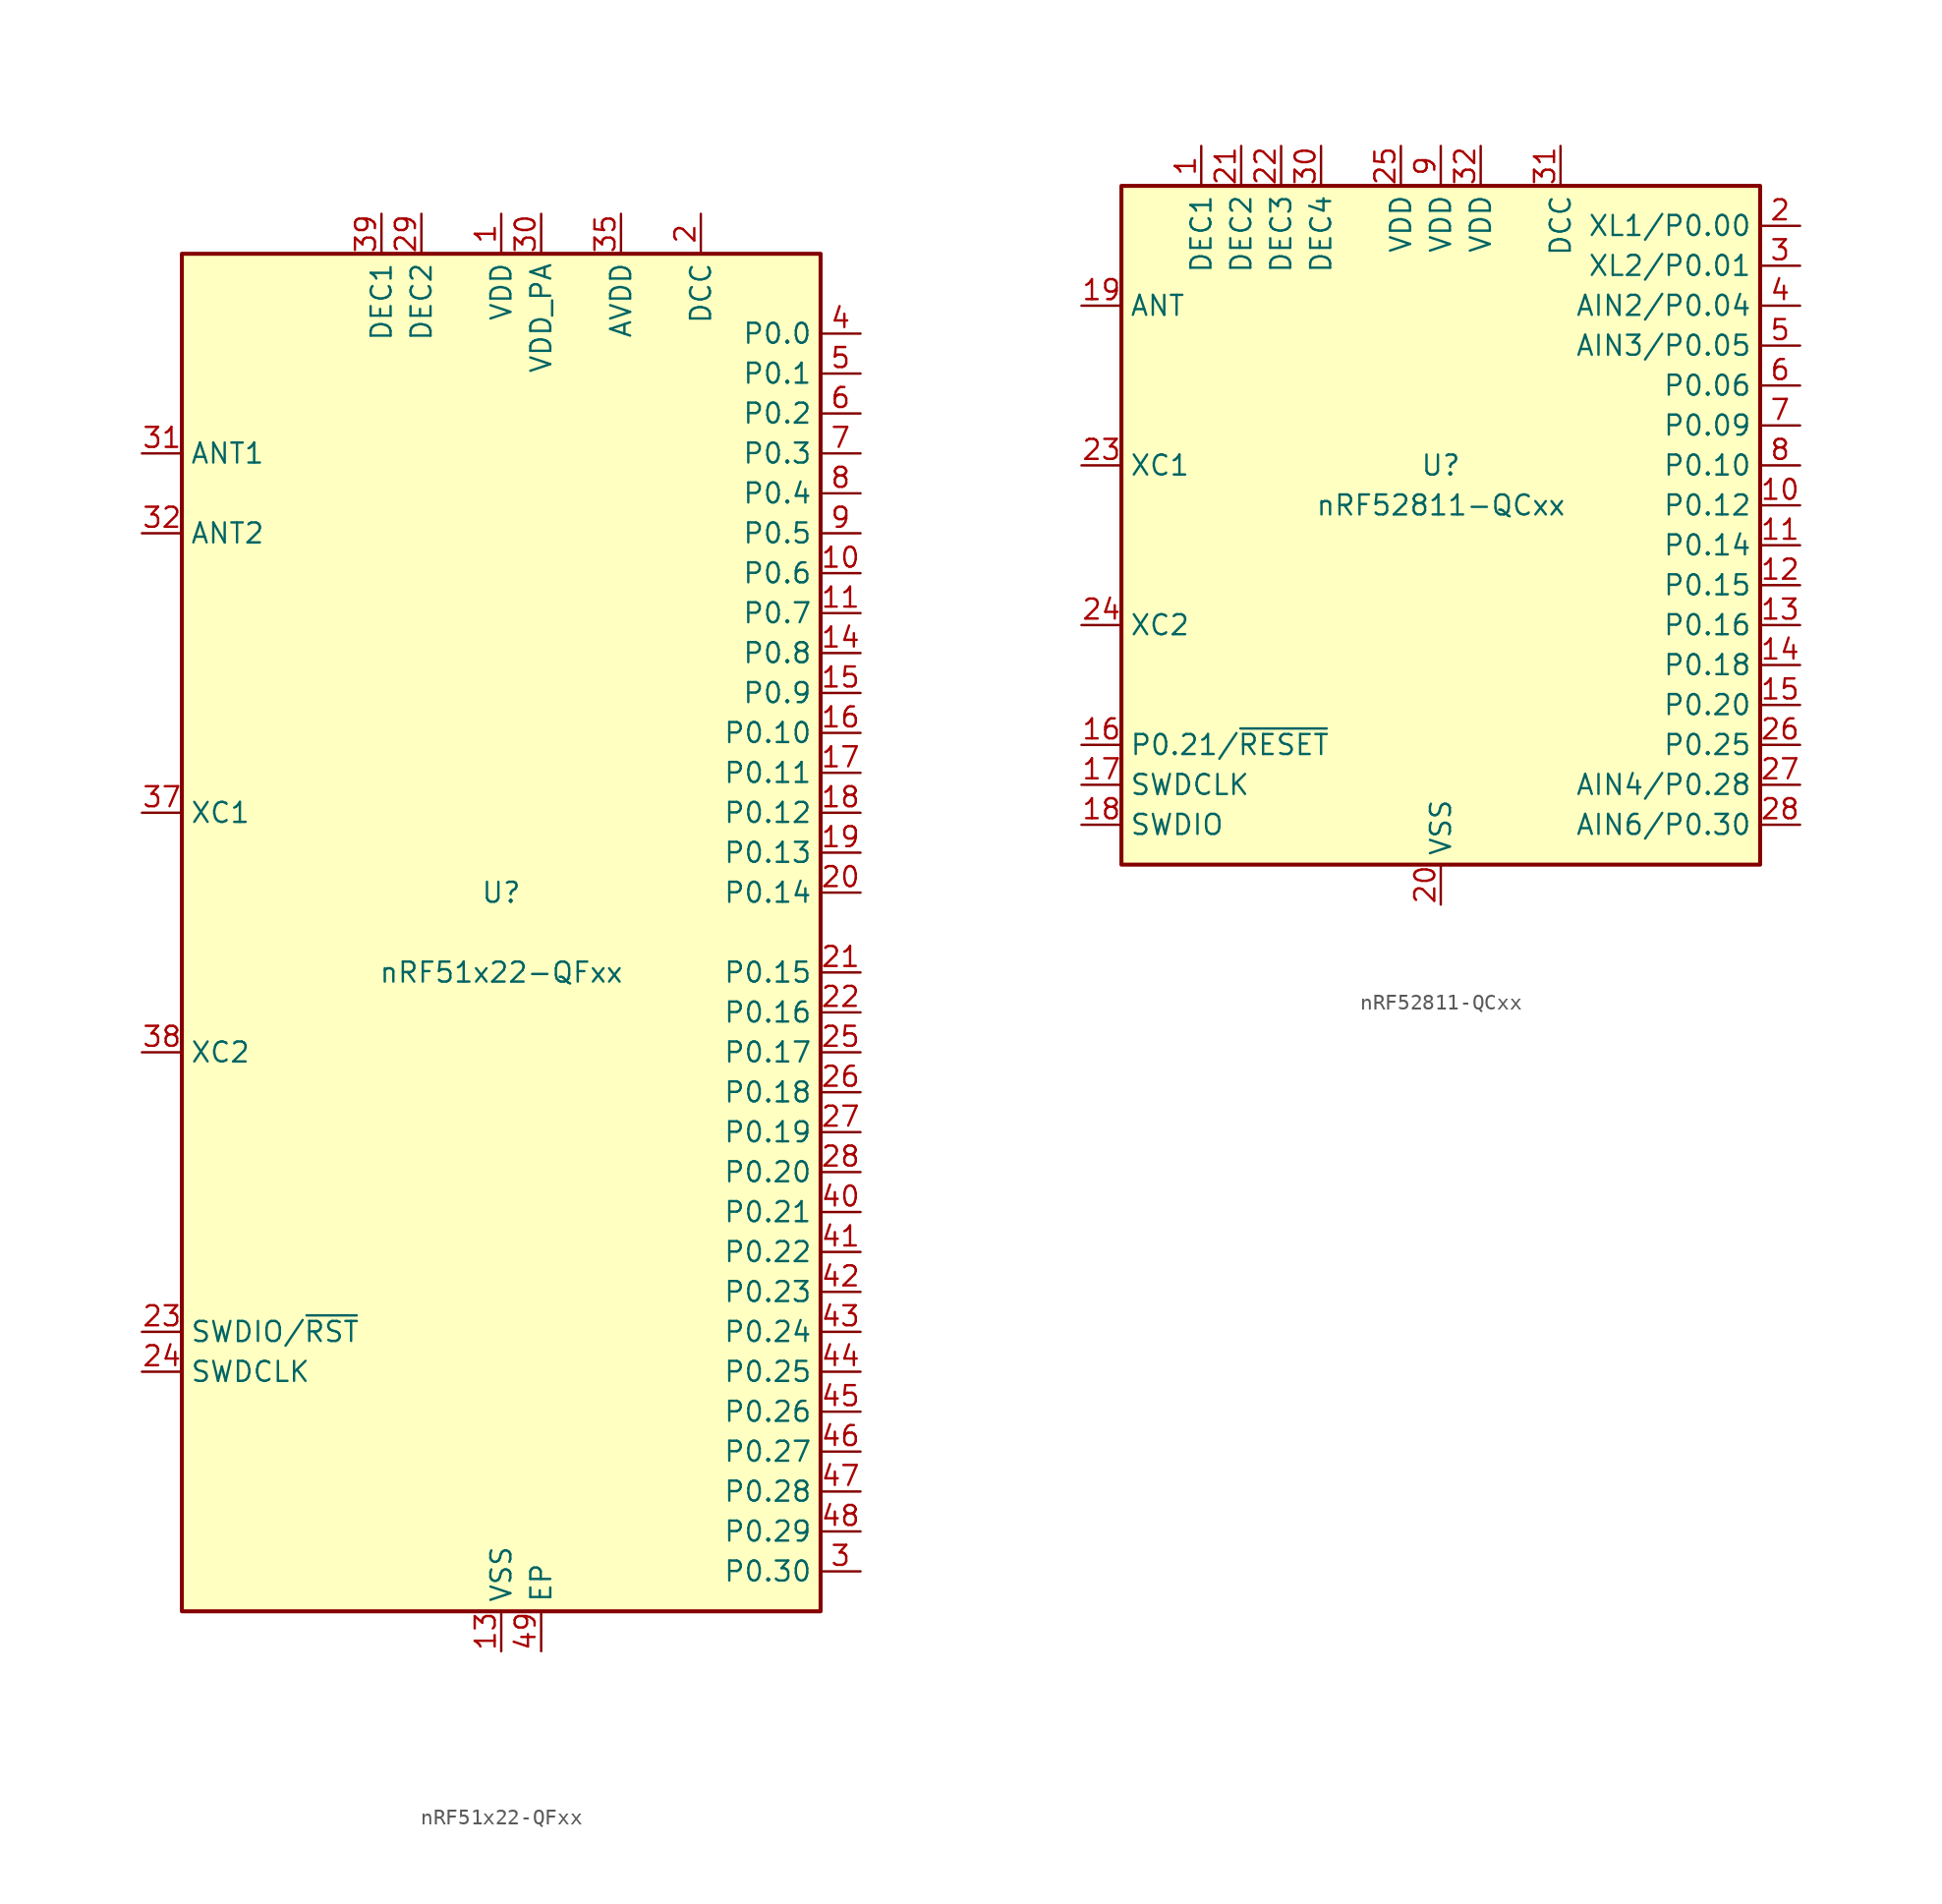
<source format=kicad_sym>
(kicad_symbol_lib
  (version 20211014)
  (generator kicad_symbol_editor)
  (symbol "nRF51x22-QFxx"
    (property "Reference" "U"
      (at 0 2.54 0)
      (effects (font (size 1.27 1.27))))
    (property "Value" "nRF51x22-QFxx"
      (at 0 -2.54 0)
      (effects (font (size 1.27 1.27))))
    (symbol "nRF51x22-QFxx_0_1"
      (rectangle (start -20.32 43.18) (end 20.32 -43.18) (stroke (width 0.254) (type default) (color 0 0 0 0)) (fill (type background))))
    (symbol "nRF51x22-QFxx_1_1"
      (pin power_in line (at 0 45.72 270) (length 2.54) (name "VDD" (effects (font (size 1.27 1.27)))) (number "1" (effects (font (size 1.27 1.27)))))
      (pin bidirectional line (at 22.86 22.86 180) (length 2.54) (name "P0.6" (effects (font (size 1.27 1.27)))) (number "10" (effects (font (size 1.27 1.27)))))
      (pin bidirectional line (at 22.86 20.32 180) (length 2.54) (name "P0.7" (effects (font (size 1.27 1.27)))) (number "11" (effects (font (size 1.27 1.27)))))
      (pin passive line (at 0 45.72 270) (length 2.54) hide (name "VDD" (effects (font (size 1.27 1.27)))) (number "12" (effects (font (size 1.27 1.27)))))
      (pin power_in line (at 0 -45.72 90) (length 2.54) (name "VSS" (effects (font (size 1.27 1.27)))) (number "13" (effects (font (size 1.27 1.27)))))
      (pin bidirectional line (at 22.86 17.78 180) (length 2.54) (name "P0.8" (effects (font (size 1.27 1.27)))) (number "14" (effects (font (size 1.27 1.27)))))
      (pin bidirectional line (at 22.86 15.24 180) (length 2.54) (name "P0.9" (effects (font (size 1.27 1.27)))) (number "15" (effects (font (size 1.27 1.27)))))
      (pin bidirectional line (at 22.86 12.7 180) (length 2.54) (name "P0.10" (effects (font (size 1.27 1.27)))) (number "16" (effects (font (size 1.27 1.27)))))
      (pin bidirectional line (at 22.86 10.16 180) (length 2.54) (name "P0.11" (effects (font (size 1.27 1.27)))) (number "17" (effects (font (size 1.27 1.27)))))
      (pin bidirectional line (at 22.86 7.62 180) (length 2.54) (name "P0.12" (effects (font (size 1.27 1.27)))) (number "18" (effects (font (size 1.27 1.27)))))
      (pin bidirectional line (at 22.86 5.08 180) (length 2.54) (name "P0.13" (effects (font (size 1.27 1.27)))) (number "19" (effects (font (size 1.27 1.27)))))
      (pin power_out line (at 12.7 45.72 270) (length 2.54) (name "DCC" (effects (font (size 1.27 1.27)))) (number "2" (effects (font (size 1.27 1.27)))))
      (pin bidirectional line (at 22.86 2.54 180) (length 2.54) (name "P0.14" (effects (font (size 1.27 1.27)))) (number "20" (effects (font (size 1.27 1.27)))))
      (pin bidirectional line (at 22.86 -2.54 180) (length 2.54) (name "P0.15" (effects (font (size 1.27 1.27)))) (number "21" (effects (font (size 1.27 1.27)))))
      (pin bidirectional line (at 22.86 -5.08 180) (length 2.54) (name "P0.16" (effects (font (size 1.27 1.27)))) (number "22" (effects (font (size 1.27 1.27)))))
      (pin bidirectional line (at -22.86 -25.4 0) (length 2.54) (name "SWDIO/~{RST}" (effects (font (size 1.27 1.27)))) (number "23" (effects (font (size 1.27 1.27)))))
      (pin input line (at -22.86 -27.94 0) (length 2.54) (name "SWDCLK" (effects (font (size 1.27 1.27)))) (number "24" (effects (font (size 1.27 1.27)))))
      (pin bidirectional line (at 22.86 -7.62 180) (length 2.54) (name "P0.17" (effects (font (size 1.27 1.27)))) (number "25" (effects (font (size 1.27 1.27)))))
      (pin bidirectional line (at 22.86 -10.16 180) (length 2.54) (name "P0.18" (effects (font (size 1.27 1.27)))) (number "26" (effects (font (size 1.27 1.27)))))
      (pin bidirectional line (at 22.86 -12.7 180) (length 2.54) (name "P0.19" (effects (font (size 1.27 1.27)))) (number "27" (effects (font (size 1.27 1.27)))))
      (pin bidirectional line (at 22.86 -15.24 180) (length 2.54) (name "P0.20" (effects (font (size 1.27 1.27)))) (number "28" (effects (font (size 1.27 1.27)))))
      (pin passive line (at -5.08 45.72 270) (length 2.54) (name "DEC2" (effects (font (size 1.27 1.27)))) (number "29" (effects (font (size 1.27 1.27)))))
      (pin bidirectional line (at 22.86 -40.64 180) (length 2.54) (name "P0.30" (effects (font (size 1.27 1.27)))) (number "3" (effects (font (size 1.27 1.27)))))
      (pin power_out line (at 2.54 45.72 270) (length 2.54) (name "VDD_PA" (effects (font (size 1.27 1.27)))) (number "30" (effects (font (size 1.27 1.27)))))
      (pin output line (at -22.86 30.48 0) (length 2.54) (name "ANT1" (effects (font (size 1.27 1.27)))) (number "31" (effects (font (size 1.27 1.27)))))
      (pin output line (at -22.86 25.4 0) (length 2.54) (name "ANT2" (effects (font (size 1.27 1.27)))) (number "32" (effects (font (size 1.27 1.27)))))
      (pin passive line (at 0 -45.72 90) (length 2.54) hide (name "VSS" (effects (font (size 1.27 1.27)))) (number "33" (effects (font (size 1.27 1.27)))))
      (pin passive line (at 0 -45.72 90) (length 2.54) hide (name "VSS" (effects (font (size 1.27 1.27)))) (number "34" (effects (font (size 1.27 1.27)))))
      (pin power_in line (at 7.62 45.72 270) (length 2.54) (name "AVDD" (effects (font (size 1.27 1.27)))) (number "35" (effects (font (size 1.27 1.27)))))
      (pin passive line (at 7.62 45.72 270) (length 2.54) hide (name "AVDD" (effects (font (size 1.27 1.27)))) (number "36" (effects (font (size 1.27 1.27)))))
      (pin input line (at -22.86 7.62 0) (length 2.54) (name "XC1" (effects (font (size 1.27 1.27)))) (number "37" (effects (font (size 1.27 1.27)))))
      (pin input line (at -22.86 -7.62 0) (length 2.54) (name "XC2" (effects (font (size 1.27 1.27)))) (number "38" (effects (font (size 1.27 1.27)))))
      (pin passive line (at -7.62 45.72 270) (length 2.54) (name "DEC1" (effects (font (size 1.27 1.27)))) (number "39" (effects (font (size 1.27 1.27)))))
      (pin bidirectional line (at 22.86 38.1 180) (length 2.54) (name "P0.0" (effects (font (size 1.27 1.27)))) (number "4" (effects (font (size 1.27 1.27)))))
      (pin bidirectional line (at 22.86 -17.78 180) (length 2.54) (name "P0.21" (effects (font (size 1.27 1.27)))) (number "40" (effects (font (size 1.27 1.27)))))
      (pin bidirectional line (at 22.86 -20.32 180) (length 2.54) (name "P0.22" (effects (font (size 1.27 1.27)))) (number "41" (effects (font (size 1.27 1.27)))))
      (pin bidirectional line (at 22.86 -22.86 180) (length 2.54) (name "P0.23" (effects (font (size 1.27 1.27)))) (number "42" (effects (font (size 1.27 1.27)))))
      (pin bidirectional line (at 22.86 -25.4 180) (length 2.54) (name "P0.24" (effects (font (size 1.27 1.27)))) (number "43" (effects (font (size 1.27 1.27)))))
      (pin bidirectional line (at 22.86 -27.94 180) (length 2.54) (name "P0.25" (effects (font (size 1.27 1.27)))) (number "44" (effects (font (size 1.27 1.27)))))
      (pin bidirectional line (at 22.86 -30.48 180) (length 2.54) (name "P0.26" (effects (font (size 1.27 1.27)))) (number "45" (effects (font (size 1.27 1.27)))))
      (pin bidirectional line (at 22.86 -33.02 180) (length 2.54) (name "P0.27" (effects (font (size 1.27 1.27)))) (number "46" (effects (font (size 1.27 1.27)))))
      (pin bidirectional line (at 22.86 -35.56 180) (length 2.54) (name "P0.28" (effects (font (size 1.27 1.27)))) (number "47" (effects (font (size 1.27 1.27)))))
      (pin bidirectional line (at 22.86 -38.1 180) (length 2.54) (name "P0.29" (effects (font (size 1.27 1.27)))) (number "48" (effects (font (size 1.27 1.27)))))
      (pin power_in line (at 2.54 -45.72 90) (length 2.54) (name "EP" (effects (font (size 1.27 1.27)))) (number "49" (effects (font (size 1.27 1.27)))))
      (pin bidirectional line (at 22.86 35.56 180) (length 2.54) (name "P0.1" (effects (font (size 1.27 1.27)))) (number "5" (effects (font (size 1.27 1.27)))))
      (pin bidirectional line (at 22.86 33.02 180) (length 2.54) (name "P0.2" (effects (font (size 1.27 1.27)))) (number "6" (effects (font (size 1.27 1.27)))))
      (pin bidirectional line (at 22.86 30.48 180) (length 2.54) (name "P0.3" (effects (font (size 1.27 1.27)))) (number "7" (effects (font (size 1.27 1.27)))))
      (pin bidirectional line (at 22.86 27.94 180) (length 2.54) (name "P0.4" (effects (font (size 1.27 1.27)))) (number "8" (effects (font (size 1.27 1.27)))))
      (pin bidirectional line (at 22.86 25.4 180) (length 2.54) (name "P0.5" (effects (font (size 1.27 1.27)))) (number "9" (effects (font (size 1.27 1.27)))))))
  (symbol "nRF52811-QCxx"
    (property "Reference" "U"
      (at 0 5.08 0)
      (effects (font (size 1.27 1.27))))
    (property "Value" "nRF52811-QCxx"
      (at 0 2.54 0)
      (effects (font (size 1.27 1.27))))
    (symbol "nRF52811-QCxx_0_1"
      (rectangle (start -20.32 22.86) (end 20.32 -20.32) (stroke (width 0.254) (type default) (color 0 0 0 0)) (fill (type background))))
    (symbol "nRF52811-QCxx_1_1"
      (pin passive line (at -15.24 25.4 270) (length 2.54) (name "DEC1" (effects (font (size 1.27 1.27)))) (number "1" (effects (font (size 1.27 1.27)))))
      (pin bidirectional line (at 22.86 2.54 180) (length 2.54) (name "P0.12" (effects (font (size 1.27 1.27)))) (number "10" (effects (font (size 1.27 1.27)))))
      (pin bidirectional line (at 22.86 0 180) (length 2.54) (name "P0.14" (effects (font (size 1.27 1.27)))) (number "11" (effects (font (size 1.27 1.27)))))
      (pin bidirectional line (at 22.86 -2.54 180) (length 2.54) (name "P0.15" (effects (font (size 1.27 1.27)))) (number "12" (effects (font (size 1.27 1.27)))))
      (pin bidirectional line (at 22.86 -5.08 180) (length 2.54) (name "P0.16" (effects (font (size 1.27 1.27)))) (number "13" (effects (font (size 1.27 1.27)))))
      (pin bidirectional line (at 22.86 -7.62 180) (length 2.54) (name "P0.18" (effects (font (size 1.27 1.27)))) (number "14" (effects (font (size 1.27 1.27)))))
      (pin bidirectional line (at 22.86 -10.16 180) (length 2.54) (name "P0.20" (effects (font (size 1.27 1.27)))) (number "15" (effects (font (size 1.27 1.27)))))
      (pin bidirectional line (at -22.86 -12.7 0) (length 2.54) (name "P0.21/~{RESET}" (effects (font (size 1.27 1.27)))) (number "16" (effects (font (size 1.27 1.27)))))
      (pin input line (at -22.86 -15.24 0) (length 2.54) (name "SWDCLK" (effects (font (size 1.27 1.27)))) (number "17" (effects (font (size 1.27 1.27)))))
      (pin bidirectional line (at -22.86 -17.78 0) (length 2.54) (name "SWDIO" (effects (font (size 1.27 1.27)))) (number "18" (effects (font (size 1.27 1.27)))))
      (pin passive line (at -22.86 15.24 0) (length 2.54) (name "ANT" (effects (font (size 1.27 1.27)))) (number "19" (effects (font (size 1.27 1.27)))))
      (pin bidirectional line (at 22.86 20.32 180) (length 2.54) (name "XL1/P0.00" (effects (font (size 1.27 1.27)))) (number "2" (effects (font (size 1.27 1.27)))))
      (pin power_in line (at 0 -22.86 90) (length 2.54) (name "VSS" (effects (font (size 1.27 1.27)))) (number "20" (effects (font (size 1.27 1.27)))))
      (pin passive line (at -12.7 25.4 270) (length 2.54) (name "DEC2" (effects (font (size 1.27 1.27)))) (number "21" (effects (font (size 1.27 1.27)))))
      (pin passive line (at -10.16 25.4 270) (length 2.54) (name "DEC3" (effects (font (size 1.27 1.27)))) (number "22" (effects (font (size 1.27 1.27)))))
      (pin input line (at -22.86 5.08 0) (length 2.54) (name "XC1" (effects (font (size 1.27 1.27)))) (number "23" (effects (font (size 1.27 1.27)))))
      (pin input line (at -22.86 -5.08 0) (length 2.54) (name "XC2" (effects (font (size 1.27 1.27)))) (number "24" (effects (font (size 1.27 1.27)))))
      (pin power_in line (at -2.54 25.4 270) (length 2.54) (name "VDD" (effects (font (size 1.27 1.27)))) (number "25" (effects (font (size 1.27 1.27)))))
      (pin bidirectional line (at 22.86 -12.7 180) (length 2.54) (name "P0.25" (effects (font (size 1.27 1.27)))) (number "26" (effects (font (size 1.27 1.27)))))
      (pin bidirectional line (at 22.86 -15.24 180) (length 2.54) (name "AIN4/P0.28" (effects (font (size 1.27 1.27)))) (number "27" (effects (font (size 1.27 1.27)))))
      (pin bidirectional line (at 22.86 -17.78 180) (length 2.54) (name "AIN6/P0.30" (effects (font (size 1.27 1.27)))) (number "28" (effects (font (size 1.27 1.27)))))
      (pin passive line (at 0 -22.86 90) (length 2.54) hide (name "VSS" (effects (font (size 1.27 1.27)))) (number "29" (effects (font (size 1.27 1.27)))))
      (pin bidirectional line (at 22.86 17.78 180) (length 2.54) (name "XL2/P0.01" (effects (font (size 1.27 1.27)))) (number "3" (effects (font (size 1.27 1.27)))))
      (pin passive line (at -7.62 25.4 270) (length 2.54) (name "DEC4" (effects (font (size 1.27 1.27)))) (number "30" (effects (font (size 1.27 1.27)))))
      (pin power_out line (at 7.62 25.4 270) (length 2.54) (name "DCC" (effects (font (size 1.27 1.27)))) (number "31" (effects (font (size 1.27 1.27)))))
      (pin power_in line (at 2.54 25.4 270) (length 2.54) (name "VDD" (effects (font (size 1.27 1.27)))) (number "32" (effects (font (size 1.27 1.27)))))
      (pin passive line (at 0 -22.86 90) (length 2.54) hide (name "VSS" (effects (font (size 1.27 1.27)))) (number "33" (effects (font (size 1.27 1.27)))))
      (pin bidirectional line (at 22.86 15.24 180) (length 2.54) (name "AIN2/P0.04" (effects (font (size 1.27 1.27)))) (number "4" (effects (font (size 1.27 1.27)))))
      (pin bidirectional line (at 22.86 12.7 180) (length 2.54) (name "AIN3/P0.05" (effects (font (size 1.27 1.27)))) (number "5" (effects (font (size 1.27 1.27)))))
      (pin bidirectional line (at 22.86 10.16 180) (length 2.54) (name "P0.06" (effects (font (size 1.27 1.27)))) (number "6" (effects (font (size 1.27 1.27)))))
      (pin bidirectional line (at 22.86 7.62 180) (length 2.54) (name "P0.09" (effects (font (size 1.27 1.27)))) (number "7" (effects (font (size 1.27 1.27)))))
      (pin bidirectional line (at 22.86 5.08 180) (length 2.54) (name "P0.10" (effects (font (size 1.27 1.27)))) (number "8" (effects (font (size 1.27 1.27)))))
      (pin power_in line (at 0 25.4 270) (length 2.54) (name "VDD" (effects (font (size 1.27 1.27)))) (number "9" (effects (font (size 1.27 1.27))))))))
</source>
